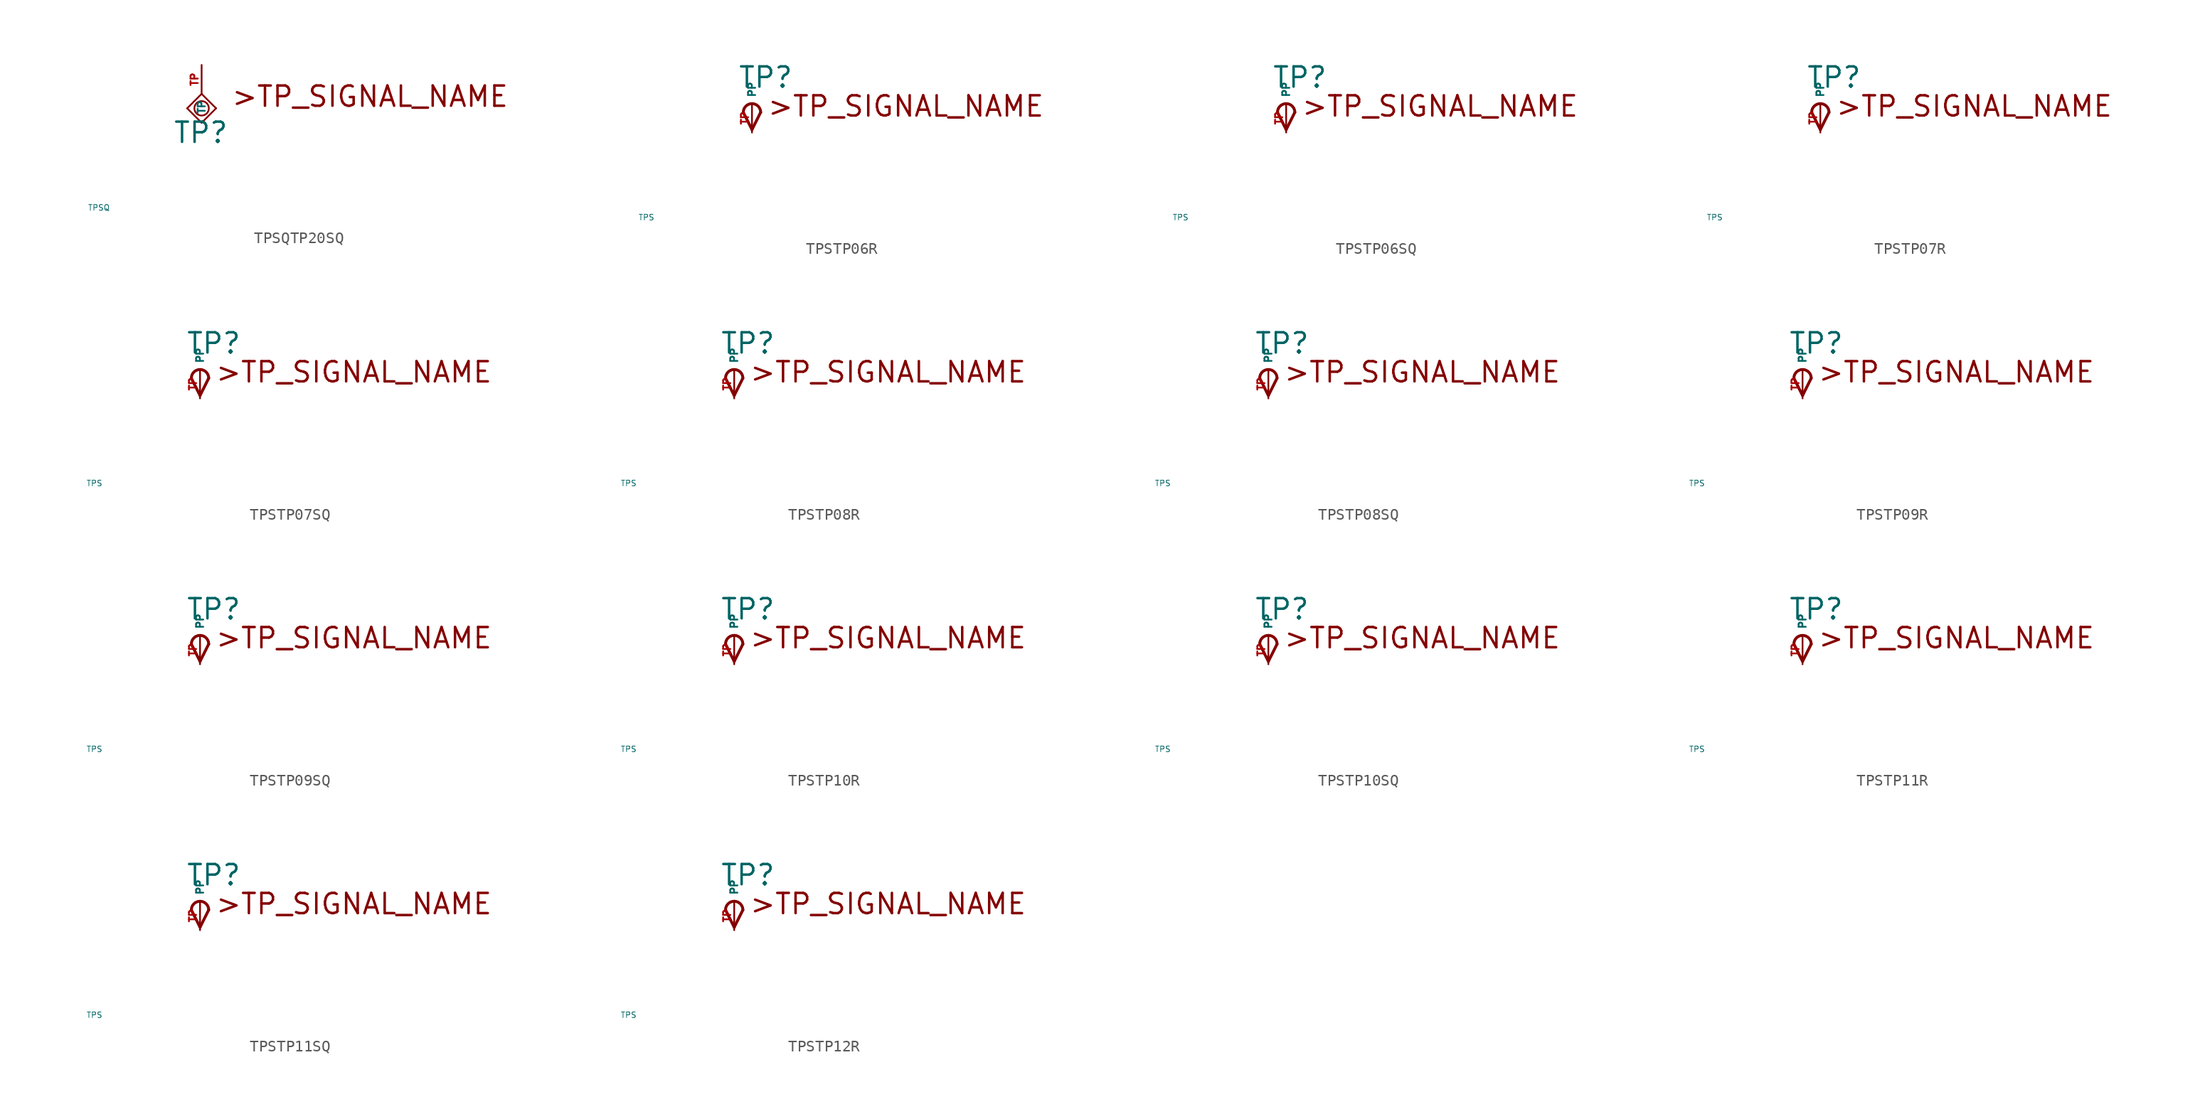
<source format=kicad_sym>
(kicad_symbol_lib
  (version 20220914)
  (generator Eagle2Kicad)
  (symbol "TPSQTP20SQ"
    (property "Reference" "TP"
      (at -2.54 -4.445 0)
      (effects (font (size 1.778 1.778) (thickness 0.22)) (justify left bottom)))
    (property "Value" "TPSQ"
      (at -10 -10 0)
      (effects (font (size 0.5 0.5) (thickness 0.06)) (justify left)))
    (polyline
      (pts (xy 0 -2.54) (xy 1.27 -1.27))
      (stroke (width 0.152) (type default))
      (fill (type none)))
    (polyline
      (pts (xy 1.27 -1.27) (xy 0 0))
      (stroke (width 0.152) (type default))
      (fill (type none)))
    (polyline
      (pts (xy 0 0) (xy -1.27 -1.27))
      (stroke (width 0.152) (type default))
      (fill (type none)))
    (polyline
      (pts (xy -1.27 -1.27) (xy 0 -2.54))
      (stroke (width 0.152) (type default))
      (fill (type none)))
    (text ">TP_SIGNAL_NAME"
      (at 2.54 -1.27 0)
      (effects (font (size 1.778 1.778) (thickness 0.22)) (justify left bottom)))
    (circle
      (center 0 -1.27)
      (radius 0.635)
      (stroke (width 0.152) (type default))
      (fill (type none)))
    (pin input line
      (at 0 2.54 270)
      (length 2.54)
      (name "TP" (effects (font (size 0.635 0.635) (thickness 0.08)) (justify left bottom)))
      (number "TP" (effects (font (size 0.635 0.635) (thickness 0.08)) (justify left bottom)))))
  (symbol "TPSTP06R"
    (property "Reference" "TP"
      (at -1.27 1.27 0)
      (effects (font (size 1.778 1.778) (thickness 0.22)) (justify left bottom)))
    (property "Value" "TPS"
      (at -10 -10 0)
      (effects (font (size 0.5 0.5) (thickness 0.06)) (justify left)))
    (polyline
      (pts (xy 0.762 -0.762) (xy 0 -2.286))
      (stroke (width 0.254) (type default))
      (fill (type none)))
    (polyline
      (pts (xy 0 -2.286) (xy -0.762 -0.762))
      (stroke (width 0.254) (type default))
      (fill (type none)))
    (arc
      (start 0.762 -0.762)
      (mid 0.000 0.000)
      (end -0.762 -0.762)
      (stroke (width 0.254) (type default))
      (fill (type none)))
    (text ">TP_SIGNAL_NAME"
      (at 1.27 -1.27 0)
      (effects (font (size 1.778 1.778) (thickness 0.22)) (justify left bottom)))
    (pin input line
      (at 0 -2.54 90)
      (length 2.54)
      (name "PP" (effects (font (size 0.635 0.635) (thickness 0.08)) (justify left bottom)))
      (number "TP" (effects (font (size 0.635 0.635) (thickness 0.08)) (justify left bottom)))))
  (symbol "TPSTP06SQ"
    (property "Reference" "TP"
      (at -1.27 1.27 0)
      (effects (font (size 1.778 1.778) (thickness 0.22)) (justify left bottom)))
    (property "Value" "TPS"
      (at -10 -10 0)
      (effects (font (size 0.5 0.5) (thickness 0.06)) (justify left)))
    (polyline
      (pts (xy 0.762 -0.762) (xy 0 -2.286))
      (stroke (width 0.254) (type default))
      (fill (type none)))
    (polyline
      (pts (xy 0 -2.286) (xy -0.762 -0.762))
      (stroke (width 0.254) (type default))
      (fill (type none)))
    (arc
      (start 0.762 -0.762)
      (mid 0.000 0.000)
      (end -0.762 -0.762)
      (stroke (width 0.254) (type default))
      (fill (type none)))
    (text ">TP_SIGNAL_NAME"
      (at 1.27 -1.27 0)
      (effects (font (size 1.778 1.778) (thickness 0.22)) (justify left bottom)))
    (pin input line
      (at 0 -2.54 90)
      (length 2.54)
      (name "PP" (effects (font (size 0.635 0.635) (thickness 0.08)) (justify left bottom)))
      (number "TP" (effects (font (size 0.635 0.635) (thickness 0.08)) (justify left bottom)))))
  (symbol "TPSTP07R"
    (property "Reference" "TP"
      (at -1.27 1.27 0)
      (effects (font (size 1.778 1.778) (thickness 0.22)) (justify left bottom)))
    (property "Value" "TPS"
      (at -10 -10 0)
      (effects (font (size 0.5 0.5) (thickness 0.06)) (justify left)))
    (polyline
      (pts (xy 0.762 -0.762) (xy 0 -2.286))
      (stroke (width 0.254) (type default))
      (fill (type none)))
    (polyline
      (pts (xy 0 -2.286) (xy -0.762 -0.762))
      (stroke (width 0.254) (type default))
      (fill (type none)))
    (arc
      (start 0.762 -0.762)
      (mid 0.000 0.000)
      (end -0.762 -0.762)
      (stroke (width 0.254) (type default))
      (fill (type none)))
    (text ">TP_SIGNAL_NAME"
      (at 1.27 -1.27 0)
      (effects (font (size 1.778 1.778) (thickness 0.22)) (justify left bottom)))
    (pin input line
      (at 0 -2.54 90)
      (length 2.54)
      (name "PP" (effects (font (size 0.635 0.635) (thickness 0.08)) (justify left bottom)))
      (number "TP" (effects (font (size 0.635 0.635) (thickness 0.08)) (justify left bottom)))))
  (symbol "TPSTP07SQ"
    (property "Reference" "TP"
      (at -1.27 1.27 0)
      (effects (font (size 1.778 1.778) (thickness 0.22)) (justify left bottom)))
    (property "Value" "TPS"
      (at -10 -10 0)
      (effects (font (size 0.5 0.5) (thickness 0.06)) (justify left)))
    (polyline
      (pts (xy 0.762 -0.762) (xy 0 -2.286))
      (stroke (width 0.254) (type default))
      (fill (type none)))
    (polyline
      (pts (xy 0 -2.286) (xy -0.762 -0.762))
      (stroke (width 0.254) (type default))
      (fill (type none)))
    (arc
      (start 0.762 -0.762)
      (mid 0.000 0.000)
      (end -0.762 -0.762)
      (stroke (width 0.254) (type default))
      (fill (type none)))
    (text ">TP_SIGNAL_NAME"
      (at 1.27 -1.27 0)
      (effects (font (size 1.778 1.778) (thickness 0.22)) (justify left bottom)))
    (pin input line
      (at 0 -2.54 90)
      (length 2.54)
      (name "PP" (effects (font (size 0.635 0.635) (thickness 0.08)) (justify left bottom)))
      (number "TP" (effects (font (size 0.635 0.635) (thickness 0.08)) (justify left bottom)))))
  (symbol "TPSTP08R"
    (property "Reference" "TP"
      (at -1.27 1.27 0)
      (effects (font (size 1.778 1.778) (thickness 0.22)) (justify left bottom)))
    (property "Value" "TPS"
      (at -10 -10 0)
      (effects (font (size 0.5 0.5) (thickness 0.06)) (justify left)))
    (polyline
      (pts (xy 0.762 -0.762) (xy 0 -2.286))
      (stroke (width 0.254) (type default))
      (fill (type none)))
    (polyline
      (pts (xy 0 -2.286) (xy -0.762 -0.762))
      (stroke (width 0.254) (type default))
      (fill (type none)))
    (arc
      (start 0.762 -0.762)
      (mid 0.000 0.000)
      (end -0.762 -0.762)
      (stroke (width 0.254) (type default))
      (fill (type none)))
    (text ">TP_SIGNAL_NAME"
      (at 1.27 -1.27 0)
      (effects (font (size 1.778 1.778) (thickness 0.22)) (justify left bottom)))
    (pin input line
      (at 0 -2.54 90)
      (length 2.54)
      (name "PP" (effects (font (size 0.635 0.635) (thickness 0.08)) (justify left bottom)))
      (number "TP" (effects (font (size 0.635 0.635) (thickness 0.08)) (justify left bottom)))))
  (symbol "TPSTP08SQ"
    (property "Reference" "TP"
      (at -1.27 1.27 0)
      (effects (font (size 1.778 1.778) (thickness 0.22)) (justify left bottom)))
    (property "Value" "TPS"
      (at -10 -10 0)
      (effects (font (size 0.5 0.5) (thickness 0.06)) (justify left)))
    (polyline
      (pts (xy 0.762 -0.762) (xy 0 -2.286))
      (stroke (width 0.254) (type default))
      (fill (type none)))
    (polyline
      (pts (xy 0 -2.286) (xy -0.762 -0.762))
      (stroke (width 0.254) (type default))
      (fill (type none)))
    (arc
      (start 0.762 -0.762)
      (mid 0.000 0.000)
      (end -0.762 -0.762)
      (stroke (width 0.254) (type default))
      (fill (type none)))
    (text ">TP_SIGNAL_NAME"
      (at 1.27 -1.27 0)
      (effects (font (size 1.778 1.778) (thickness 0.22)) (justify left bottom)))
    (pin input line
      (at 0 -2.54 90)
      (length 2.54)
      (name "PP" (effects (font (size 0.635 0.635) (thickness 0.08)) (justify left bottom)))
      (number "TP" (effects (font (size 0.635 0.635) (thickness 0.08)) (justify left bottom)))))
  (symbol "TPSTP09R"
    (property "Reference" "TP"
      (at -1.27 1.27 0)
      (effects (font (size 1.778 1.778) (thickness 0.22)) (justify left bottom)))
    (property "Value" "TPS"
      (at -10 -10 0)
      (effects (font (size 0.5 0.5) (thickness 0.06)) (justify left)))
    (polyline
      (pts (xy 0.762 -0.762) (xy 0 -2.286))
      (stroke (width 0.254) (type default))
      (fill (type none)))
    (polyline
      (pts (xy 0 -2.286) (xy -0.762 -0.762))
      (stroke (width 0.254) (type default))
      (fill (type none)))
    (arc
      (start 0.762 -0.762)
      (mid 0.000 0.000)
      (end -0.762 -0.762)
      (stroke (width 0.254) (type default))
      (fill (type none)))
    (text ">TP_SIGNAL_NAME"
      (at 1.27 -1.27 0)
      (effects (font (size 1.778 1.778) (thickness 0.22)) (justify left bottom)))
    (pin input line
      (at 0 -2.54 90)
      (length 2.54)
      (name "PP" (effects (font (size 0.635 0.635) (thickness 0.08)) (justify left bottom)))
      (number "TP" (effects (font (size 0.635 0.635) (thickness 0.08)) (justify left bottom)))))
  (symbol "TPSTP09SQ"
    (property "Reference" "TP"
      (at -1.27 1.27 0)
      (effects (font (size 1.778 1.778) (thickness 0.22)) (justify left bottom)))
    (property "Value" "TPS"
      (at -10 -10 0)
      (effects (font (size 0.5 0.5) (thickness 0.06)) (justify left)))
    (polyline
      (pts (xy 0.762 -0.762) (xy 0 -2.286))
      (stroke (width 0.254) (type default))
      (fill (type none)))
    (polyline
      (pts (xy 0 -2.286) (xy -0.762 -0.762))
      (stroke (width 0.254) (type default))
      (fill (type none)))
    (arc
      (start 0.762 -0.762)
      (mid 0.000 0.000)
      (end -0.762 -0.762)
      (stroke (width 0.254) (type default))
      (fill (type none)))
    (text ">TP_SIGNAL_NAME"
      (at 1.27 -1.27 0)
      (effects (font (size 1.778 1.778) (thickness 0.22)) (justify left bottom)))
    (pin input line
      (at 0 -2.54 90)
      (length 2.54)
      (name "PP" (effects (font (size 0.635 0.635) (thickness 0.08)) (justify left bottom)))
      (number "TP" (effects (font (size 0.635 0.635) (thickness 0.08)) (justify left bottom)))))
  (symbol "TPSTP10R"
    (property "Reference" "TP"
      (at -1.27 1.27 0)
      (effects (font (size 1.778 1.778) (thickness 0.22)) (justify left bottom)))
    (property "Value" "TPS"
      (at -10 -10 0)
      (effects (font (size 0.5 0.5) (thickness 0.06)) (justify left)))
    (polyline
      (pts (xy 0.762 -0.762) (xy 0 -2.286))
      (stroke (width 0.254) (type default))
      (fill (type none)))
    (polyline
      (pts (xy 0 -2.286) (xy -0.762 -0.762))
      (stroke (width 0.254) (type default))
      (fill (type none)))
    (arc
      (start 0.762 -0.762)
      (mid 0.000 0.000)
      (end -0.762 -0.762)
      (stroke (width 0.254) (type default))
      (fill (type none)))
    (text ">TP_SIGNAL_NAME"
      (at 1.27 -1.27 0)
      (effects (font (size 1.778 1.778) (thickness 0.22)) (justify left bottom)))
    (pin input line
      (at 0 -2.54 90)
      (length 2.54)
      (name "PP" (effects (font (size 0.635 0.635) (thickness 0.08)) (justify left bottom)))
      (number "TP" (effects (font (size 0.635 0.635) (thickness 0.08)) (justify left bottom)))))
  (symbol "TPSTP10SQ"
    (property "Reference" "TP"
      (at -1.27 1.27 0)
      (effects (font (size 1.778 1.778) (thickness 0.22)) (justify left bottom)))
    (property "Value" "TPS"
      (at -10 -10 0)
      (effects (font (size 0.5 0.5) (thickness 0.06)) (justify left)))
    (polyline
      (pts (xy 0.762 -0.762) (xy 0 -2.286))
      (stroke (width 0.254) (type default))
      (fill (type none)))
    (polyline
      (pts (xy 0 -2.286) (xy -0.762 -0.762))
      (stroke (width 0.254) (type default))
      (fill (type none)))
    (arc
      (start 0.762 -0.762)
      (mid 0.000 0.000)
      (end -0.762 -0.762)
      (stroke (width 0.254) (type default))
      (fill (type none)))
    (text ">TP_SIGNAL_NAME"
      (at 1.27 -1.27 0)
      (effects (font (size 1.778 1.778) (thickness 0.22)) (justify left bottom)))
    (pin input line
      (at 0 -2.54 90)
      (length 2.54)
      (name "PP" (effects (font (size 0.635 0.635) (thickness 0.08)) (justify left bottom)))
      (number "TP" (effects (font (size 0.635 0.635) (thickness 0.08)) (justify left bottom)))))
  (symbol "TPSTP11R"
    (property "Reference" "TP"
      (at -1.27 1.27 0)
      (effects (font (size 1.778 1.778) (thickness 0.22)) (justify left bottom)))
    (property "Value" "TPS"
      (at -10 -10 0)
      (effects (font (size 0.5 0.5) (thickness 0.06)) (justify left)))
    (polyline
      (pts (xy 0.762 -0.762) (xy 0 -2.286))
      (stroke (width 0.254) (type default))
      (fill (type none)))
    (polyline
      (pts (xy 0 -2.286) (xy -0.762 -0.762))
      (stroke (width 0.254) (type default))
      (fill (type none)))
    (arc
      (start 0.762 -0.762)
      (mid 0.000 0.000)
      (end -0.762 -0.762)
      (stroke (width 0.254) (type default))
      (fill (type none)))
    (text ">TP_SIGNAL_NAME"
      (at 1.27 -1.27 0)
      (effects (font (size 1.778 1.778) (thickness 0.22)) (justify left bottom)))
    (pin input line
      (at 0 -2.54 90)
      (length 2.54)
      (name "PP" (effects (font (size 0.635 0.635) (thickness 0.08)) (justify left bottom)))
      (number "TP" (effects (font (size 0.635 0.635) (thickness 0.08)) (justify left bottom)))))
  (symbol "TPSTP11SQ"
    (property "Reference" "TP"
      (at -1.27 1.27 0)
      (effects (font (size 1.778 1.778) (thickness 0.22)) (justify left bottom)))
    (property "Value" "TPS"
      (at -10 -10 0)
      (effects (font (size 0.5 0.5) (thickness 0.06)) (justify left)))
    (polyline
      (pts (xy 0.762 -0.762) (xy 0 -2.286))
      (stroke (width 0.254) (type default))
      (fill (type none)))
    (polyline
      (pts (xy 0 -2.286) (xy -0.762 -0.762))
      (stroke (width 0.254) (type default))
      (fill (type none)))
    (arc
      (start 0.762 -0.762)
      (mid 0.000 0.000)
      (end -0.762 -0.762)
      (stroke (width 0.254) (type default))
      (fill (type none)))
    (text ">TP_SIGNAL_NAME"
      (at 1.27 -1.27 0)
      (effects (font (size 1.778 1.778) (thickness 0.22)) (justify left bottom)))
    (pin input line
      (at 0 -2.54 90)
      (length 2.54)
      (name "PP" (effects (font (size 0.635 0.635) (thickness 0.08)) (justify left bottom)))
      (number "TP" (effects (font (size 0.635 0.635) (thickness 0.08)) (justify left bottom)))))
  (symbol "TPSTP12R"
    (property "Reference" "TP"
      (at -1.27 1.27 0)
      (effects (font (size 1.778 1.778) (thickness 0.22)) (justify left bottom)))
    (property "Value" "TPS"
      (at -10 -10 0)
      (effects (font (size 0.5 0.5) (thickness 0.06)) (justify left)))
    (polyline
      (pts (xy 0.762 -0.762) (xy 0 -2.286))
      (stroke (width 0.254) (type default))
      (fill (type none)))
    (polyline
      (pts (xy 0 -2.286) (xy -0.762 -0.762))
      (stroke (width 0.254) (type default))
      (fill (type none)))
    (arc
      (start 0.762 -0.762)
      (mid 0.000 0.000)
      (end -0.762 -0.762)
      (stroke (width 0.254) (type default))
      (fill (type none)))
    (text ">TP_SIGNAL_NAME"
      (at 1.27 -1.27 0)
      (effects (font (size 1.778 1.778) (thickness 0.22)) (justify left bottom)))
    (pin input line
      (at 0 -2.54 90)
      (length 2.54)
      (name "PP" (effects (font (size 0.635 0.635) (thickness 0.08)) (justify left bottom)))
      (number "TP" (effects (font (size 0.635 0.635) (thickness 0.08)) (justify left bottom))))))
</source>
